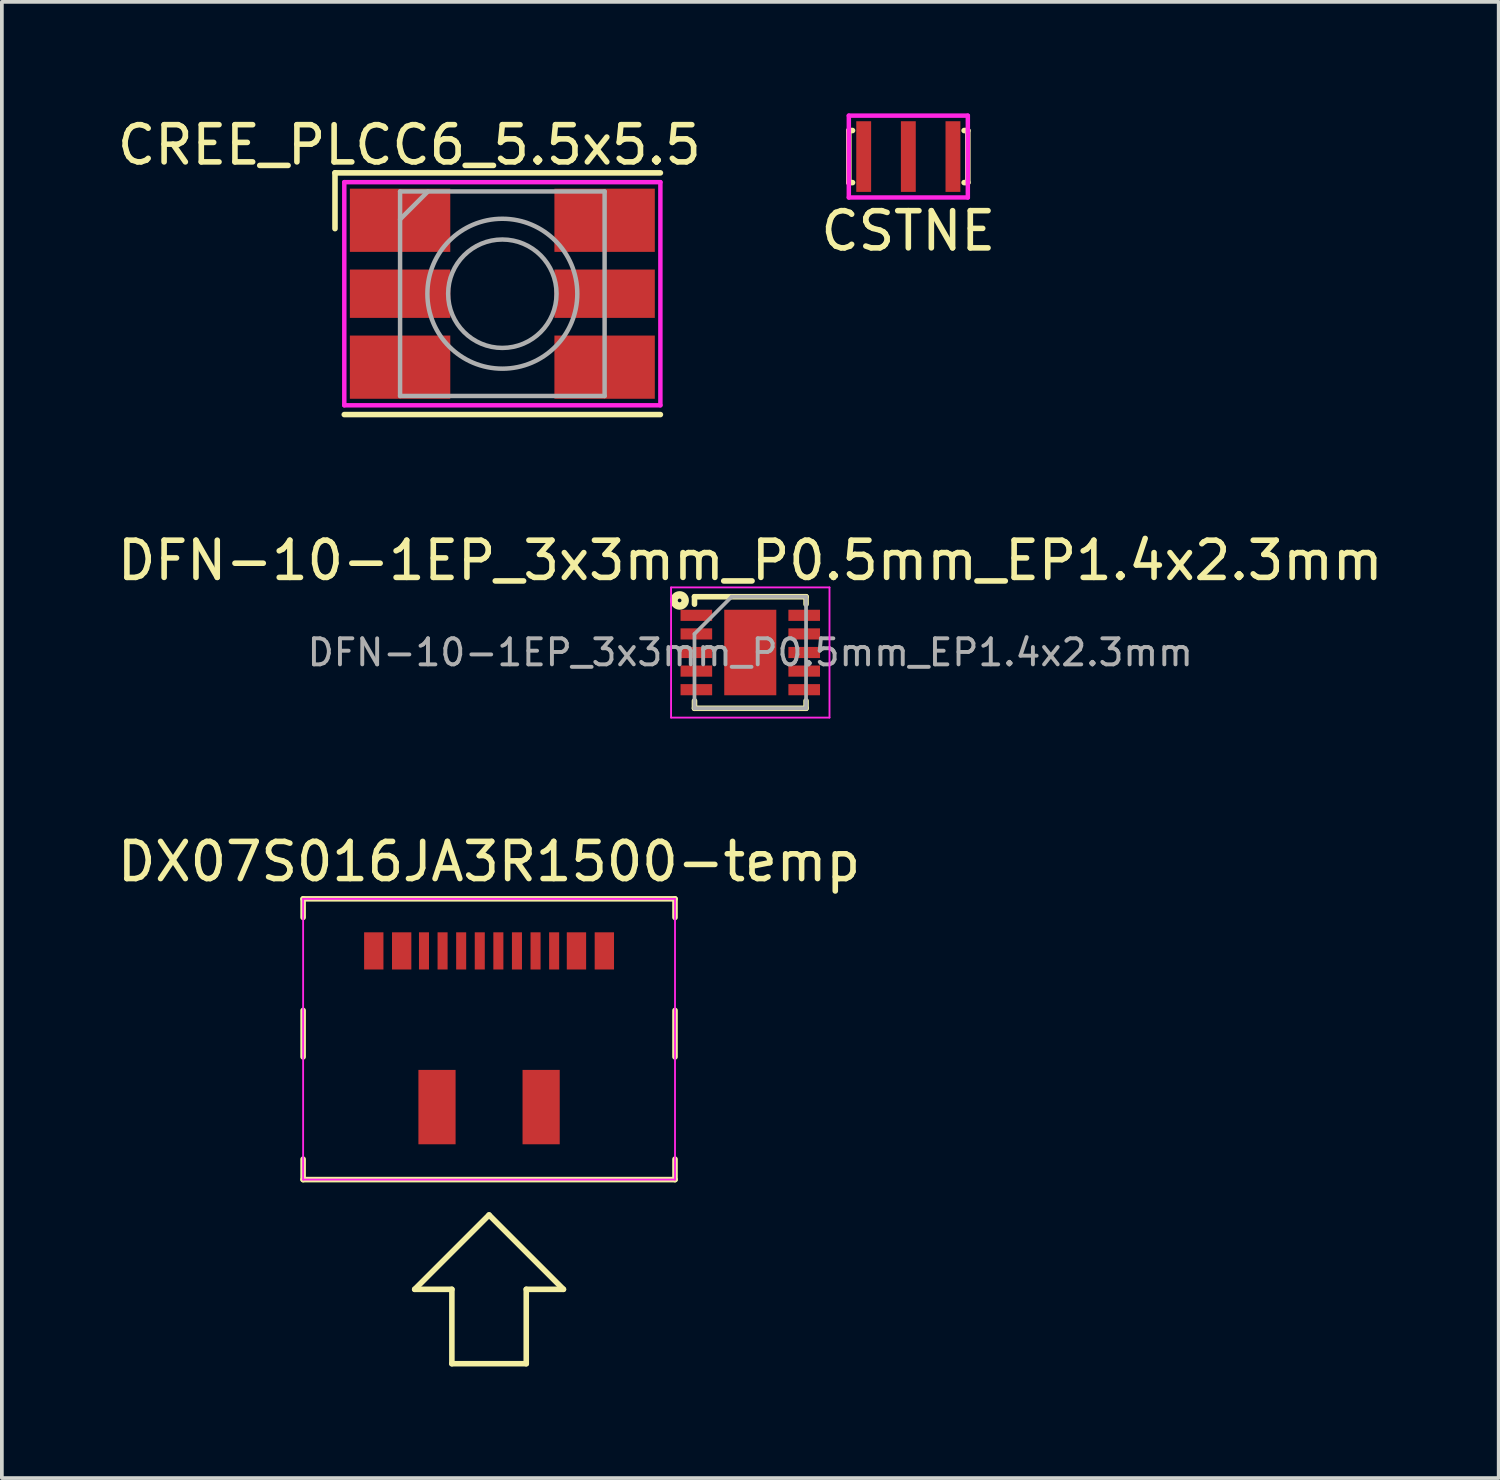
<source format=kicad_pcb>
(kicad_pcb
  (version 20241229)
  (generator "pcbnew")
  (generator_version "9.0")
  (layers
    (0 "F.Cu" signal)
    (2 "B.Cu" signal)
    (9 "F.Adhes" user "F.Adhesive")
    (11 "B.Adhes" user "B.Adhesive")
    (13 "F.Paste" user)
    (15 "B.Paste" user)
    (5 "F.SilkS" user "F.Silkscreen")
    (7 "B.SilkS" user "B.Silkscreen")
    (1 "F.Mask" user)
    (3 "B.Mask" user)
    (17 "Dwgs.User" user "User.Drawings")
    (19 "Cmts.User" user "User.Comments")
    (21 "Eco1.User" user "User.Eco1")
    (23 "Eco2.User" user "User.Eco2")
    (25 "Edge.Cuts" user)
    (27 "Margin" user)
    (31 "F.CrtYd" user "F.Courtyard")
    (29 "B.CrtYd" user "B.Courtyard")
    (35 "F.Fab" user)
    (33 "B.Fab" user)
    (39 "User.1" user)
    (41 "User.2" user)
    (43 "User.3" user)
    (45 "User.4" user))
  (footprint "DX07S016JA3R1500-temp"
    (layer "F.Cu")
    (at 10.101 23.62)
    (property "Reference" "DX07S016JA3R1500-temp" (at 0 -3.5 0) (layer "F.SilkS") (effects (font (size 1 1) (thickness 0.15))))
    (attr through_hole)
    (fp_line (start -5 -2.5) (end 5 -2.5) (stroke (width 0.15) (type solid)) (layer "F.SilkS"))
    (fp_line (start -5 -2) (end -5 -2.5) (stroke (width 0.15) (type solid)) (layer "F.SilkS"))
    (fp_line (start -5 1.75) (end -5 0.5) (stroke (width 0.15) (type solid)) (layer "F.SilkS"))
    (fp_line (start -5 5.05) (end -5 4.5) (stroke (width 0.15) (type solid)) (layer "F.SilkS"))
    (fp_line (start -5 5.05) (end 5 5.05) (stroke (width 0.15) (type solid)) (layer "F.SilkS"))
    (fp_line (start -2 8) (end -1 8) (stroke (width 0.15) (type solid)) (layer "F.SilkS"))
    (fp_line (start -1 8) (end -1 10) (stroke (width 0.15) (type solid)) (layer "F.SilkS"))
    (fp_line (start -1 10) (end 1 10) (stroke (width 0.15) (type solid)) (layer "F.SilkS"))
    (fp_line (start 0 6) (end -2 8) (stroke (width 0.15) (type solid)) (layer "F.SilkS"))
    (fp_line (start 1 8) (end 2 8) (stroke (width 0.15) (type solid)) (layer "F.SilkS"))
    (fp_line (start 1 10) (end 1 8) (stroke (width 0.15) (type solid)) (layer "F.SilkS"))
    (fp_line (start 2 8) (end 0 6) (stroke (width 0.15) (type solid)) (layer "F.SilkS"))
    (fp_line (start 5 -2.5) (end 5 -2) (stroke (width 0.15) (type solid)) (layer "F.SilkS"))
    (fp_line (start 5 1.75) (end 5 0.5) (stroke (width 0.15) (type solid)) (layer "F.SilkS"))
    (fp_line (start 5 5.05) (end 5 4.5) (stroke (width 0.15) (type solid)) (layer "F.SilkS"))
    (fp_line (start -5 -2.5) (end 5 -2.5) (stroke (width 0.05) (type solid)) (layer "F.CrtYd"))
    (fp_line (start -5 5.05) (end -5 -2.5) (stroke (width 0.05) (type solid)) (layer "F.CrtYd"))
    (fp_line (start 5 -2.5) (end 5 5.05) (stroke (width 0.05) (type solid)) (layer "F.CrtYd"))
    (fp_line (start 5 5.05) (end -5 5.05) (stroke (width 0.05) (type solid)) (layer "F.CrtYd"))
    (pad "A1" smd rect (at -3.1 -1.1 180) (size 0.52 1) (layers "F.Cu" "F.Mask" "F.Paste"))
    (pad "A4" smd rect (at -2.35 -1.1 180) (size 0.52 1) (layers "F.Cu" "F.Mask" "F.Paste"))
    (pad "A5" smd rect (at -1.75 -1.1 180) (size 0.27 1) (layers "F.Cu" "F.Mask" "F.Paste"))
    (pad "A6" smd rect (at -0.25 -1.1 180) (size 0.27 1) (layers "F.Cu" "F.Mask" "F.Paste"))
    (pad "A7" smd rect (at 0.75 -1.1 180) (size 0.27 1) (layers "F.Cu" "F.Mask" "F.Paste"))
    (pad "A8" smd rect (at 1.75 -1.1) (size 0.27 1) (layers "F.Cu" "F.Mask" "F.Paste"))
    (pad "A9" smd rect (at 2.35 -1.1) (size 0.52 1) (layers "F.Cu" "F.Mask" "F.Paste"))
    (pad "A12" smd rect (at 3.1 -1.1) (size 0.52 1) (layers "F.Cu" "F.Mask" "F.Paste"))
    (pad "B5" smd rect (at 1.25 -1.1 180) (size 0.27 1) (layers "F.Cu" "F.Mask" "F.Paste"))
    (pad "B6" smd rect (at 0.25 -1.1 180) (size 0.27 1) (layers "F.Cu" "F.Mask" "F.Paste"))
    (pad "B7" smd rect (at -0.75 -1.1 180) (size 0.27 1) (layers "F.Cu" "F.Mask" "F.Paste"))
    (pad "B8" smd rect (at -1.25 -1.1 180) (size 0.27 1) (layers "F.Cu" "F.Mask" "F.Paste"))
    (pad "S1" smd rect (at -1.4 3.1 180) (size 1 2) (layers "F.Cu" "F.Mask" "F.Paste"))
    (pad "S1" smd rect (at 1.4 3.1) (size 1 2) (layers "F.Cu" "F.Mask" "F.Paste")))
  (footprint "CREE_PLCC6_5.5x5.5"
    (layer "F.Cu")
    (at 10.458 4.848)
    (property "Reference" "CREE_PLCC6_5.5x5.5" (at -2.5 -4 0) (layer "F.SilkS") (effects (font (size 1 1) (thickness 0.15))))
    (attr through_hole)
    (fp_line (start -4.5 -3.25) (end 4.25 -3.25) (stroke (width 0.15) (type solid)) (layer "F.SilkS"))
    (fp_line (start -4.5 -1.75) (end -4.5 -3.25) (stroke (width 0.15) (type solid)) (layer "F.SilkS"))
    (fp_line (start -4.25 3.25) (end 4.25 3.25) (stroke (width 0.15) (type solid)) (layer "F.SilkS"))
    (fp_line (start -4.25 -3) (end 4.25 -3) (stroke (width 0.12) (type solid)) (layer "F.CrtYd"))
    (fp_line (start -4.25 3) (end -4.25 -3) (stroke (width 0.12) (type solid)) (layer "F.CrtYd"))
    (fp_line (start 4.25 -3) (end 4.25 3) (stroke (width 0.12) (type solid)) (layer "F.CrtYd"))
    (fp_line (start 4.25 3) (end -4.25 3) (stroke (width 0.12) (type solid)) (layer "F.CrtYd"))
    (fp_line (start -2.75 -2.75) (end 2.75 -2.75) (stroke (width 0.12) (type solid)) (layer "F.Fab"))
    (fp_line (start -2.75 2.75) (end -2.75 -2.75) (stroke (width 0.12) (type solid)) (layer "F.Fab"))
    (fp_line (start -2 -2.75) (end -2.75 -2) (stroke (width 0.12) (type solid)) (layer "F.Fab"))
    (fp_line (start 2.75 -2.75) (end 2.75 2.75) (stroke (width 0.12) (type solid)) (layer "F.Fab"))
    (fp_line (start 2.75 2.75) (end -2.75 2.75) (stroke (width 0.12) (type solid)) (layer "F.Fab"))
    (fp_circle (center 0 0) (end 1.25 -0.75) (stroke (width 0.12) (type solid)) (fill no) (layer "F.Fab"))
    (fp_circle (center 0 0) (end 1.75 -1) (stroke (width 0.12) (type solid)) (fill no) (layer "F.Fab"))
    (pad "1" smd rect (at -2.75 -1.975) (size 2.7 1.7) (layers "F.Cu" "F.Mask" "F.Paste"))
    (pad "2" smd rect (at -2.75 0) (size 2.7 1.3) (layers "F.Cu" "F.Mask" "F.Paste"))
    (pad "3" smd rect (at -2.75 1.975) (size 2.7 1.7) (layers "F.Cu" "F.Mask" "F.Paste"))
    (pad "4" smd rect (at 2.75 1.975) (size 2.7 1.7) (layers "F.Cu" "F.Mask" "F.Paste"))
    (pad "5" smd rect (at 2.75 0) (size 2.7 1.3) (layers "F.Cu" "F.Mask" "F.Paste"))
    (pad "6" smd rect (at 2.75 -1.975) (size 2.7 1.7) (layers "F.Cu" "F.Mask" "F.Paste")))
  (footprint "CSTNE"
    (layer "F.Cu")
    (at 21.375 1.16)
    (property "Reference" "CSTNE" (at 0 2 0) (layer "F.SilkS") (effects (font (size 1 1) (thickness 0.15))))
    (attr through_hole)
    (fp_line (start -1.6 -0.7) (end -1.6 0.7) (stroke (width 0.15) (type solid)) (layer "F.SilkS"))
    (fp_line (start -1.6 -0.7) (end -1.5 -0.7) (stroke (width 0.15) (type solid)) (layer "F.SilkS"))
    (fp_line (start -1.6 0.7) (end -1.5 0.7) (stroke (width 0.15) (type solid)) (layer "F.SilkS"))
    (fp_line (start 1.6 -0.7) (end 1.5 -0.7) (stroke (width 0.15) (type solid)) (layer "F.SilkS"))
    (fp_line (start 1.6 -0.7) (end 1.6 0.7) (stroke (width 0.15) (type solid)) (layer "F.SilkS"))
    (fp_line (start 1.6 0.7) (end 1.5 0.7) (stroke (width 0.15) (type solid)) (layer "F.SilkS"))
    (fp_line (start -1.6 -1.1) (end 1.6 -1.1) (stroke (width 0.12) (type solid)) (layer "F.CrtYd"))
    (fp_line (start -1.6 1.1) (end -1.6 -1.1) (stroke (width 0.12) (type solid)) (layer "F.CrtYd"))
    (fp_line (start 1.6 -1.1) (end 1.6 1.1) (stroke (width 0.12) (type solid)) (layer "F.CrtYd"))
    (fp_line (start 1.6 1.1) (end -1.6 1.1) (stroke (width 0.12) (type solid)) (layer "F.CrtYd"))
    (pad "1" smd rect (at -1.2 0) (size 0.4 1.9) (layers "F.Cu" "F.Mask" "F.Paste"))
    (pad "2" smd rect (at 0 0) (size 0.4 1.9) (layers "F.Cu" "F.Mask" "F.Paste"))
    (pad "3" smd rect (at 1.2 0) (size 0.4 1.9) (layers "F.Cu" "F.Mask" "F.Paste")))
  (footprint "DFN-10-1EP_3x3mm_P0.5mm_EP1.4x2.3mm"
    (layer "F.Cu")
    (at 17.125 14.496)
    (property "Reference" "DFN-10-1EP_3x3mm_P0.5mm_EP1.4x2.3mm" (at 0 -2.475 0) (layer "F.SilkS") (effects (font (size 1 1) (thickness 0.15))))
    (attr smd)
    (fp_line (start -1.5 -1.5) (end -1.5 -1.3) (stroke (width 0.15) (type solid)) (layer "F.SilkS"))
    (fp_line (start -1.5 -1.5) (end 1.5 -1.5) (stroke (width 0.15) (type solid)) (layer "F.SilkS"))
    (fp_line (start -1.5 1.5) (end -1.5 1.3) (stroke (width 0.15) (type solid)) (layer "F.SilkS"))
    (fp_line (start -1.5 1.5) (end 1.5 1.5) (stroke (width 0.15) (type solid)) (layer "F.SilkS"))
    (fp_line (start 1.5 -1.5) (end 1.5 -1.3) (stroke (width 0.15) (type solid)) (layer "F.SilkS"))
    (fp_line (start 1.5 1.5) (end 1.5 1.3) (stroke (width 0.15) (type solid)) (layer "F.SilkS"))
    (fp_circle (center -1.9 -1.4) (end -1.85 -1.4) (stroke (width 0.2) (type solid)) (fill no) (layer "F.SilkS"))
    (fp_line (start -2.13 -1.75) (end -2.13 1.75) (stroke (width 0.05) (type solid)) (layer "F.CrtYd"))
    (fp_line (start -2.13 -1.75) (end 2.13 -1.75) (stroke (width 0.05) (type solid)) (layer "F.CrtYd"))
    (fp_line (start -2.13 1.75) (end 2.13 1.75) (stroke (width 0.05) (type solid)) (layer "F.CrtYd"))
    (fp_line (start 2.13 -1.75) (end 2.13 1.75) (stroke (width 0.05) (type solid)) (layer "F.CrtYd"))
    (fp_line (start -1.5 -0.5) (end -0.5 -1.5) (stroke (width 0.1) (type solid)) (layer "F.Fab"))
    (fp_line (start -1.5 1.5) (end -1.5 -0.5) (stroke (width 0.1) (type solid)) (layer "F.Fab"))
    (fp_line (start -0.5 -1.5) (end 1.5 -1.5) (stroke (width 0.1) (type solid)) (layer "F.Fab"))
    (fp_line (start 1.5 -1.5) (end 1.5 1.5) (stroke (width 0.1) (type solid)) (layer "F.Fab"))
    (fp_line (start 1.5 1.5) (end -1.5 1.5) (stroke (width 0.1) (type solid)) (layer "F.Fab"))
    (fp_text user "${REFERENCE}" (at 0 0 0) (layer "F.Fab") (effects (font (size 0.7 0.7) (thickness 0.105))))
    (pad "" smd rect (at -0.388 -0.62) (size 0.6 1.05) (layers "F.Paste"))
    (pad "" smd rect (at -0.388 0.62) (size 0.6 1.05) (layers "F.Paste"))
    (pad "" smd rect (at 0.388 -0.62) (size 0.6 1.05) (layers "F.Paste"))
    (pad "" smd rect (at 0.388 0.62) (size 0.6 1.05) (layers "F.Paste"))
    (pad "1" smd rect (at -1.45 -1) (size 0.85 0.3) (layers "F.Cu" "F.Mask" "F.Paste"))
    (pad "2" smd rect (at -1.45 -0.5) (size 0.85 0.3) (layers "F.Cu" "F.Mask" "F.Paste"))
    (pad "3" smd rect (at -1.45 0) (size 0.85 0.3) (layers "F.Cu" "F.Mask" "F.Paste"))
    (pad "4" smd rect (at -1.45 0.5) (size 0.85 0.3) (layers "F.Cu" "F.Mask" "F.Paste"))
    (pad "5" smd rect (at -1.45 1) (size 0.85 0.3) (layers "F.Cu" "F.Mask" "F.Paste"))
    (pad "6" smd rect (at 1.45 1) (size 0.85 0.3) (layers "F.Cu" "F.Mask" "F.Paste"))
    (pad "7" smd rect (at 1.45 0.5) (size 0.85 0.3) (layers "F.Cu" "F.Mask" "F.Paste"))
    (pad "8" smd rect (at 1.45 0) (size 0.85 0.3) (layers "F.Cu" "F.Mask" "F.Paste"))
    (pad "9" smd rect (at 1.45 -0.5) (size 0.85 0.3) (layers "F.Cu" "F.Mask" "F.Paste"))
    (pad "10" smd rect (at 1.45 -1) (size 0.85 0.3) (layers "F.Cu" "F.Mask" "F.Paste"))
    (pad "11" smd rect (at 0 0) (size 1.4 2.3) (layers "F.Cu" "F.Mask")))
  (gr_rect
    (start -3 -3)
    (end 37.25 36.695)
    (stroke (width 0.1) (type default))
    (fill no)
    (layer "Edge.Cuts")))
</source>
